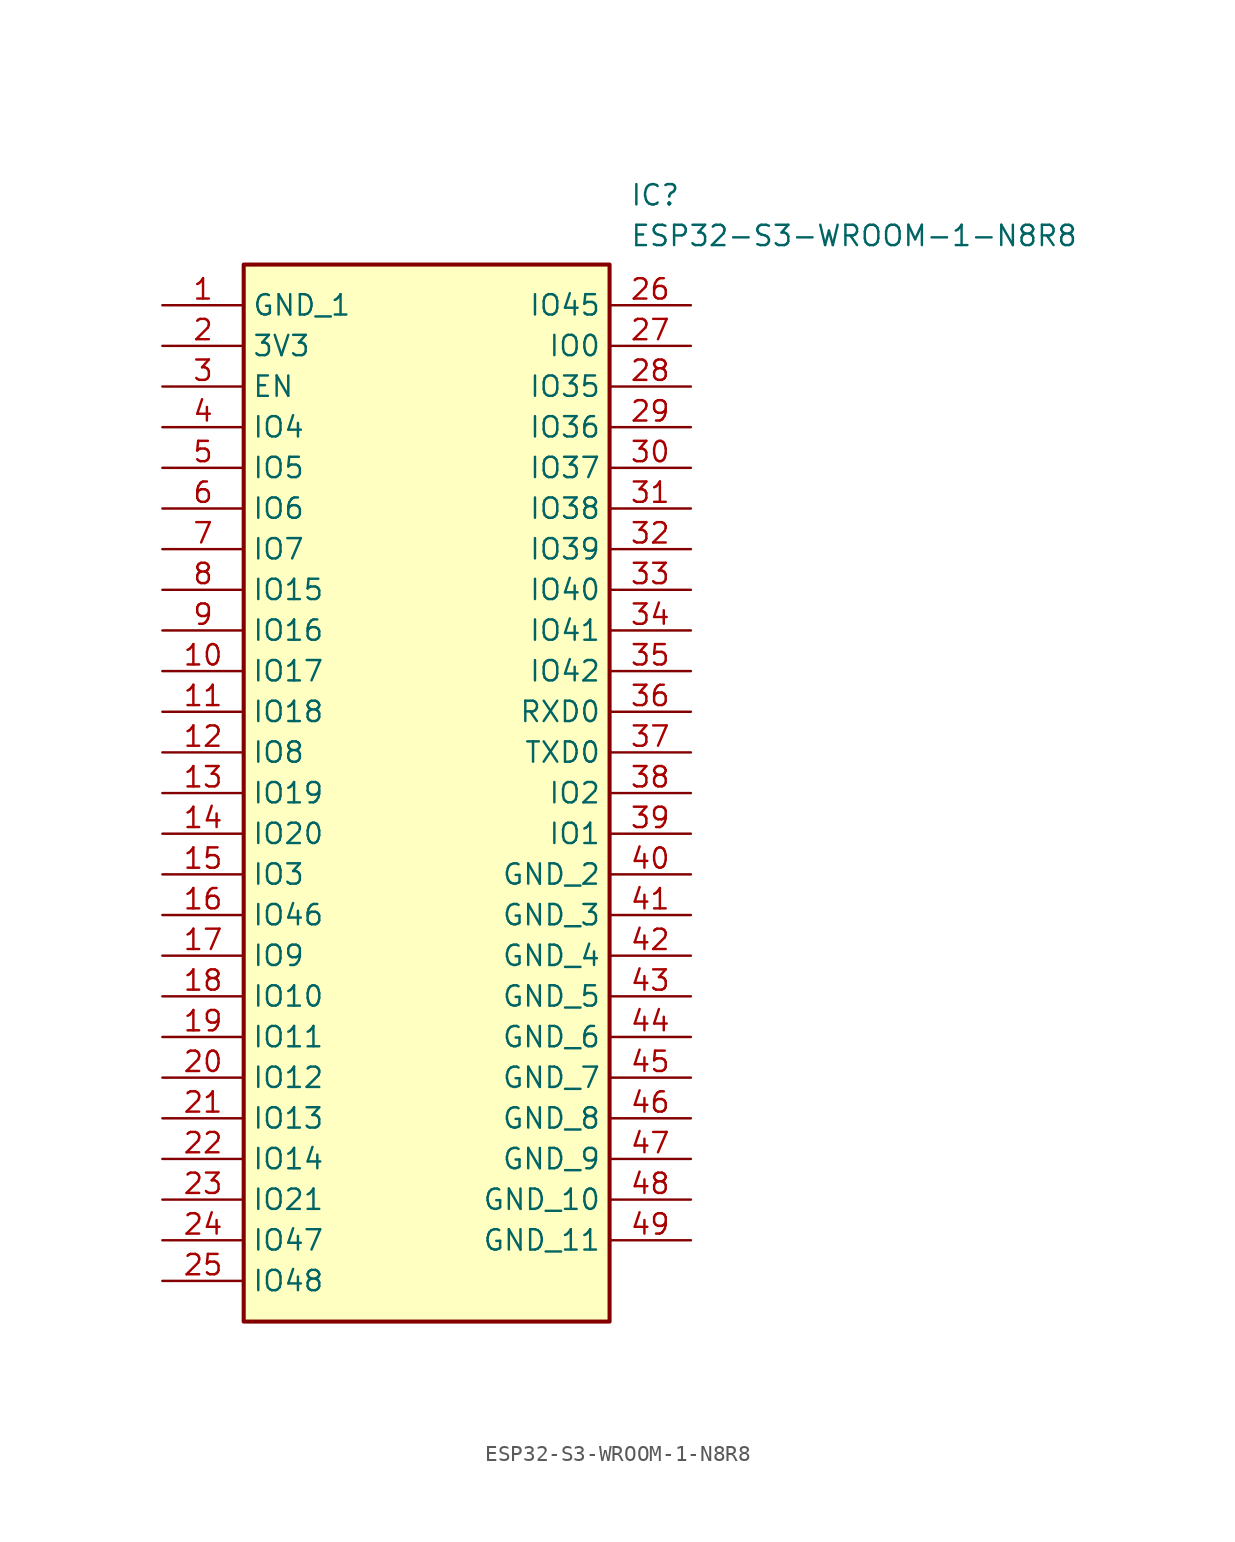
<source format=kicad_sym>
(kicad_symbol_lib
  (version 20241209)
  (generator "kicad_symbol_editor")
  (generator_version "9.0")
  (symbol "ESP32-S3-WROOM-1-N8R8"
    (property "Reference" "IC"
      (at 29.21 7.62 0)
      (effects (font (size 1.27 1.27)) (justify left top)))
    (property "Value" "ESP32-S3-WROOM-1-N8R8"
      (at 29.21 5.08 0)
      (effects (font (size 1.27 1.27)) (justify left top)))
    (symbol "ESP32-S3-WROOM-1-N8R8_1_1"
      (rectangle (start 5.08 2.54) (end 27.94 -63.5) (stroke (width 0.254) (type default)) (fill (type background)))
      (pin passive line (at 0 0 0) (length 5.08) (name "GND_1" (effects (font (size 1.27 1.27)))) (number "1" (effects (font (size 1.27 1.27)))))
      (pin passive line (at 0 -2.54 0) (length 5.08) (name "3V3" (effects (font (size 1.27 1.27)))) (number "2" (effects (font (size 1.27 1.27)))))
      (pin passive line (at 0 -5.08 0) (length 5.08) (name "EN" (effects (font (size 1.27 1.27)))) (number "3" (effects (font (size 1.27 1.27)))))
      (pin passive line (at 0 -7.62 0) (length 5.08) (name "IO4" (effects (font (size 1.27 1.27)))) (number "4" (effects (font (size 1.27 1.27)))))
      (pin passive line (at 0 -10.16 0) (length 5.08) (name "IO5" (effects (font (size 1.27 1.27)))) (number "5" (effects (font (size 1.27 1.27)))))
      (pin passive line (at 0 -12.7 0) (length 5.08) (name "IO6" (effects (font (size 1.27 1.27)))) (number "6" (effects (font (size 1.27 1.27)))))
      (pin passive line (at 0 -15.24 0) (length 5.08) (name "IO7" (effects (font (size 1.27 1.27)))) (number "7" (effects (font (size 1.27 1.27)))))
      (pin passive line (at 0 -17.78 0) (length 5.08) (name "IO15" (effects (font (size 1.27 1.27)))) (number "8" (effects (font (size 1.27 1.27)))))
      (pin passive line (at 0 -20.32 0) (length 5.08) (name "IO16" (effects (font (size 1.27 1.27)))) (number "9" (effects (font (size 1.27 1.27)))))
      (pin passive line (at 0 -22.86 0) (length 5.08) (name "IO17" (effects (font (size 1.27 1.27)))) (number "10" (effects (font (size 1.27 1.27)))))
      (pin passive line (at 0 -25.4 0) (length 5.08) (name "IO18" (effects (font (size 1.27 1.27)))) (number "11" (effects (font (size 1.27 1.27)))))
      (pin passive line (at 0 -27.94 0) (length 5.08) (name "IO8" (effects (font (size 1.27 1.27)))) (number "12" (effects (font (size 1.27 1.27)))))
      (pin passive line (at 0 -30.48 0) (length 5.08) (name "IO19" (effects (font (size 1.27 1.27)))) (number "13" (effects (font (size 1.27 1.27)))))
      (pin passive line (at 0 -33.02 0) (length 5.08) (name "IO20" (effects (font (size 1.27 1.27)))) (number "14" (effects (font (size 1.27 1.27)))))
      (pin passive line (at 0 -35.56 0) (length 5.08) (name "IO3" (effects (font (size 1.27 1.27)))) (number "15" (effects (font (size 1.27 1.27)))))
      (pin passive line (at 0 -38.1 0) (length 5.08) (name "IO46" (effects (font (size 1.27 1.27)))) (number "16" (effects (font (size 1.27 1.27)))))
      (pin passive line (at 0 -40.64 0) (length 5.08) (name "IO9" (effects (font (size 1.27 1.27)))) (number "17" (effects (font (size 1.27 1.27)))))
      (pin passive line (at 0 -43.18 0) (length 5.08) (name "IO10" (effects (font (size 1.27 1.27)))) (number "18" (effects (font (size 1.27 1.27)))))
      (pin passive line (at 0 -45.72 0) (length 5.08) (name "IO11" (effects (font (size 1.27 1.27)))) (number "19" (effects (font (size 1.27 1.27)))))
      (pin passive line (at 0 -48.26 0) (length 5.08) (name "IO12" (effects (font (size 1.27 1.27)))) (number "20" (effects (font (size 1.27 1.27)))))
      (pin passive line (at 0 -50.8 0) (length 5.08) (name "IO13" (effects (font (size 1.27 1.27)))) (number "21" (effects (font (size 1.27 1.27)))))
      (pin passive line (at 0 -53.34 0) (length 5.08) (name "IO14" (effects (font (size 1.27 1.27)))) (number "22" (effects (font (size 1.27 1.27)))))
      (pin passive line (at 0 -55.88 0) (length 5.08) (name "IO21" (effects (font (size 1.27 1.27)))) (number "23" (effects (font (size 1.27 1.27)))))
      (pin passive line (at 0 -58.42 0) (length 5.08) (name "IO47" (effects (font (size 1.27 1.27)))) (number "24" (effects (font (size 1.27 1.27)))))
      (pin passive line (at 0 -60.96 0) (length 5.08) (name "IO48" (effects (font (size 1.27 1.27)))) (number "25" (effects (font (size 1.27 1.27)))))
      (pin passive line (at 33.02 0 180) (length 5.08) (name "IO45" (effects (font (size 1.27 1.27)))) (number "26" (effects (font (size 1.27 1.27)))))
      (pin passive line (at 33.02 -2.54 180) (length 5.08) (name "IO0" (effects (font (size 1.27 1.27)))) (number "27" (effects (font (size 1.27 1.27)))))
      (pin passive line (at 33.02 -5.08 180) (length 5.08) (name "IO35" (effects (font (size 1.27 1.27)))) (number "28" (effects (font (size 1.27 1.27)))))
      (pin passive line (at 33.02 -7.62 180) (length 5.08) (name "IO36" (effects (font (size 1.27 1.27)))) (number "29" (effects (font (size 1.27 1.27)))))
      (pin passive line (at 33.02 -10.16 180) (length 5.08) (name "IO37" (effects (font (size 1.27 1.27)))) (number "30" (effects (font (size 1.27 1.27)))))
      (pin passive line (at 33.02 -12.7 180) (length 5.08) (name "IO38" (effects (font (size 1.27 1.27)))) (number "31" (effects (font (size 1.27 1.27)))))
      (pin passive line (at 33.02 -15.24 180) (length 5.08) (name "IO39" (effects (font (size 1.27 1.27)))) (number "32" (effects (font (size 1.27 1.27)))))
      (pin passive line (at 33.02 -17.78 180) (length 5.08) (name "IO40" (effects (font (size 1.27 1.27)))) (number "33" (effects (font (size 1.27 1.27)))))
      (pin passive line (at 33.02 -20.32 180) (length 5.08) (name "IO41" (effects (font (size 1.27 1.27)))) (number "34" (effects (font (size 1.27 1.27)))))
      (pin passive line (at 33.02 -22.86 180) (length 5.08) (name "IO42" (effects (font (size 1.27 1.27)))) (number "35" (effects (font (size 1.27 1.27)))))
      (pin passive line (at 33.02 -25.4 180) (length 5.08) (name "RXD0" (effects (font (size 1.27 1.27)))) (number "36" (effects (font (size 1.27 1.27)))))
      (pin passive line (at 33.02 -27.94 180) (length 5.08) (name "TXD0" (effects (font (size 1.27 1.27)))) (number "37" (effects (font (size 1.27 1.27)))))
      (pin passive line (at 33.02 -30.48 180) (length 5.08) (name "IO2" (effects (font (size 1.27 1.27)))) (number "38" (effects (font (size 1.27 1.27)))))
      (pin passive line (at 33.02 -33.02 180) (length 5.08) (name "IO1" (effects (font (size 1.27 1.27)))) (number "39" (effects (font (size 1.27 1.27)))))
      (pin passive line (at 33.02 -35.56 180) (length 5.08) (name "GND_2" (effects (font (size 1.27 1.27)))) (number "40" (effects (font (size 1.27 1.27)))))
      (pin passive line (at 33.02 -38.1 180) (length 5.08) (name "GND_3" (effects (font (size 1.27 1.27)))) (number "41" (effects (font (size 1.27 1.27)))))
      (pin passive line (at 33.02 -40.64 180) (length 5.08) (name "GND_4" (effects (font (size 1.27 1.27)))) (number "42" (effects (font (size 1.27 1.27)))))
      (pin passive line (at 33.02 -43.18 180) (length 5.08) (name "GND_5" (effects (font (size 1.27 1.27)))) (number "43" (effects (font (size 1.27 1.27)))))
      (pin passive line (at 33.02 -45.72 180) (length 5.08) (name "GND_6" (effects (font (size 1.27 1.27)))) (number "44" (effects (font (size 1.27 1.27)))))
      (pin passive line (at 33.02 -48.26 180) (length 5.08) (name "GND_7" (effects (font (size 1.27 1.27)))) (number "45" (effects (font (size 1.27 1.27)))))
      (pin passive line (at 33.02 -50.8 180) (length 5.08) (name "GND_8" (effects (font (size 1.27 1.27)))) (number "46" (effects (font (size 1.27 1.27)))))
      (pin passive line (at 33.02 -53.34 180) (length 5.08) (name "GND_9" (effects (font (size 1.27 1.27)))) (number "47" (effects (font (size 1.27 1.27)))))
      (pin passive line (at 33.02 -55.88 180) (length 5.08) (name "GND_10" (effects (font (size 1.27 1.27)))) (number "48" (effects (font (size 1.27 1.27)))))
      (pin passive line (at 33.02 -58.42 180) (length 5.08) (name "GND_11" (effects (font (size 1.27 1.27)))) (number "49" (effects (font (size 1.27 1.27))))))))
</source>
